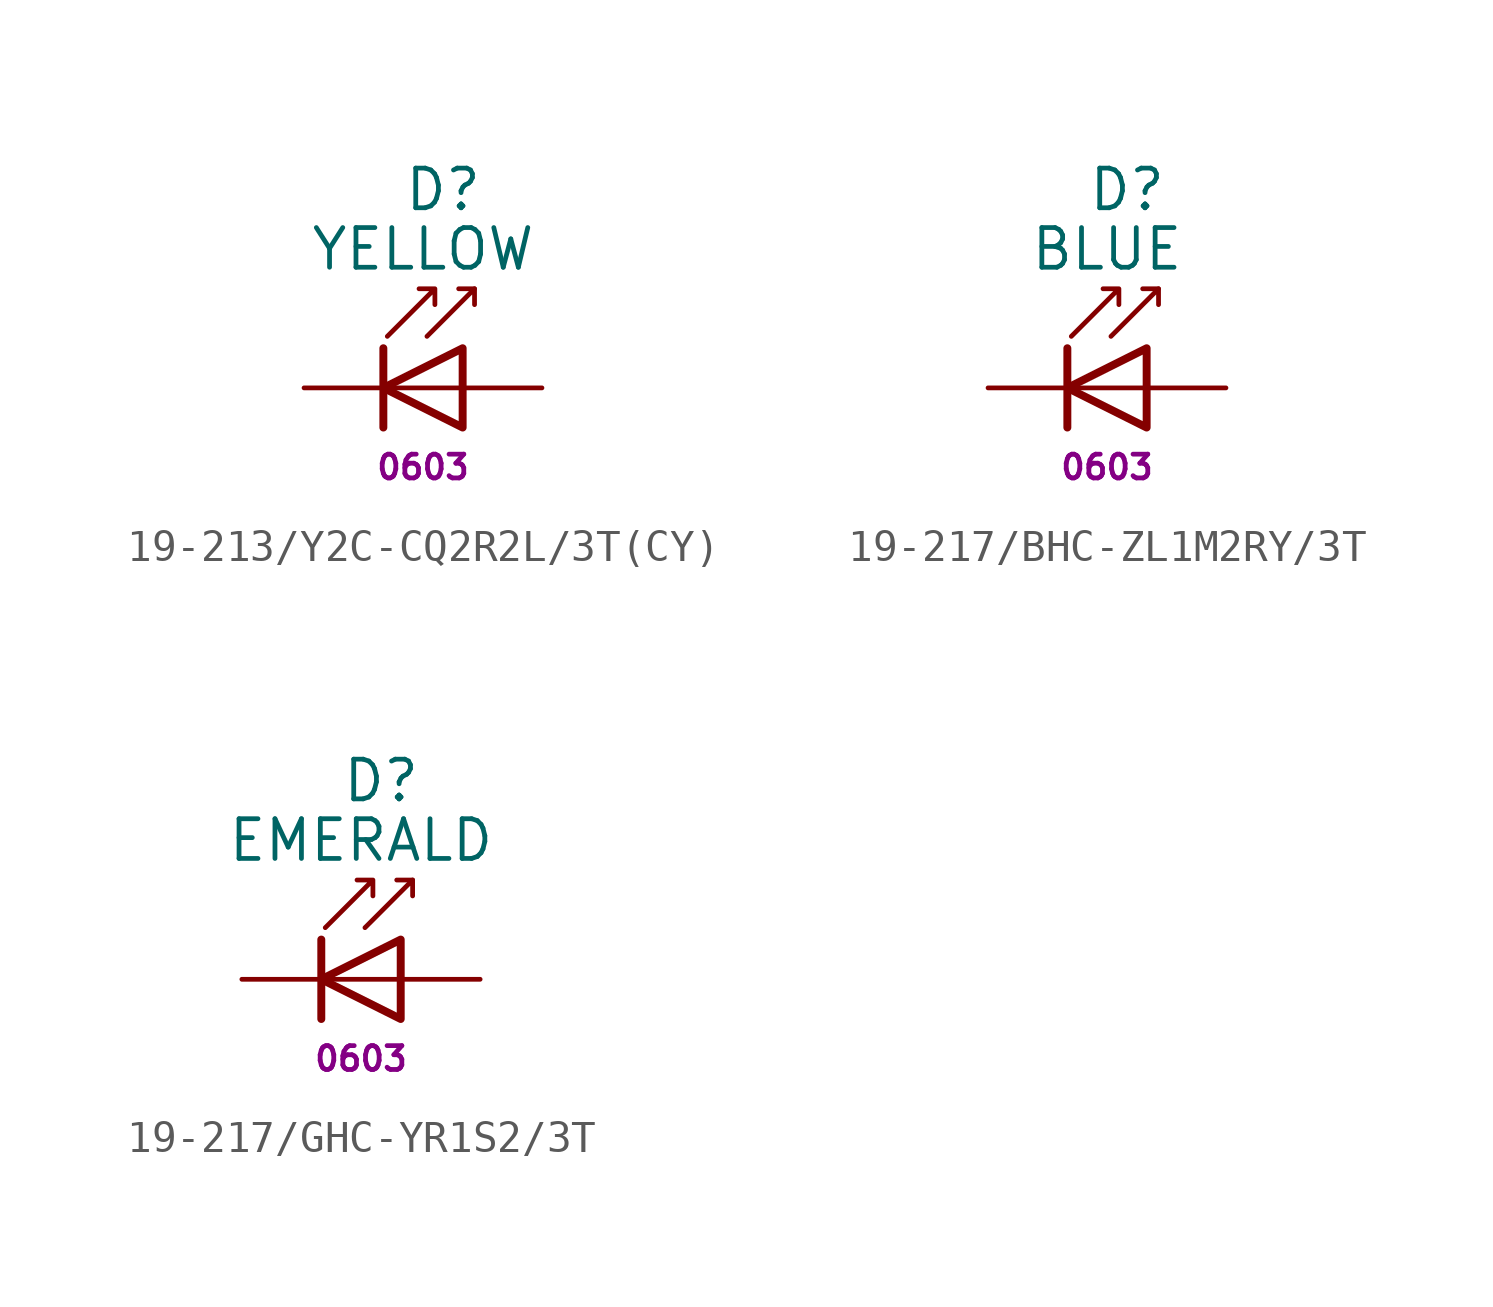
<source format=kicad_sym>
(kicad_symbol_lib
  (version 20220914)
  (generator kicad_symbol_editor)
  (symbol "19-213/Y2C-CQ2R2L/3T(CY)"
    (pin_numbers hide)
    (pin_names
      (offset 1.016) hide)
    (property "Reference" "D"
      (at -1.905 6.35 0)
      (effects (font (size 1.27 1.27)) (justify left)))
    (property "Value" "YELLOW"
      (at -1.27 4.445 0)
      (effects (font (size 1.27 1.27))))
    (property "Package" "0603"
      (at -1.27 -2.54 0)
      (effects (font (size 0.762 0.762))))
    (property "Assembly" ""
      (at 0 0 0)
      (effects (font (size 1.27 1.27))))
    (symbol "19-213/Y2C-CQ2R2L/3T(CY)_0_1"
      (polyline (pts (xy -2.54 1.27) (xy -2.54 -1.27)) (stroke (width 0.254) (type default)) (fill (type none)))
      (polyline (pts (xy 0 0) (xy -2.54 0)) (stroke (width 0) (type default)) (fill (type none)))
      (polyline (pts (xy 0.381 3.175) (xy -0.127 3.175)) (stroke (width 0) (type default)) (fill (type none)))
      (polyline (pts (xy -1.143 1.651) (xy 0.381 3.175) (xy 0.381 2.667)) (stroke (width 0) (type default)) (fill (type none)))
      (polyline (pts (xy 0 1.27) (xy 0 -1.27) (xy -2.54 0) (xy 0 1.27)) (stroke (width 0.254) (type default)) (fill (type none)))
      (polyline (pts (xy -2.413 1.651) (xy -0.889 3.175) (xy -0.889 2.667) (xy -0.889 3.175) (xy -1.397 3.175)) (stroke (width 0) (type default)) (fill (type none))))
    (symbol "19-213/Y2C-CQ2R2L/3T(CY)_1_1"
      (pin passive line (at -5.08 0 0) (length 2.54) (name "K" (effects (font (size 1.27 1.27)))) (number "1" (effects (font (size 1.27 1.27)))))
      (pin passive line (at 2.54 0 180) (length 2.54) (name "A" (effects (font (size 1.27 1.27)))) (number "2" (effects (font (size 1.27 1.27)))))))
  (symbol "19-217/BHC-ZL1M2RY/3T"
    (pin_numbers hide)
    (pin_names
      (offset 1.016) hide)
    (property "Reference" "D"
      (at -1.905 6.35 0)
      (effects (font (size 1.27 1.27)) (justify left)))
    (property "Value" "BLUE"
      (at -1.27 4.445 0)
      (effects (font (size 1.27 1.27))))
    (property "Package" "0603"
      (at -1.27 -2.54 0)
      (effects (font (size 0.762 0.762))))
    (property "Assembly" ""
      (at 0 0 0)
      (effects (font (size 1.27 1.27))))
    (symbol "19-217/BHC-ZL1M2RY/3T_0_1"
      (polyline (pts (xy -2.54 1.27) (xy -2.54 -1.27)) (stroke (width 0.254) (type default)) (fill (type none)))
      (polyline (pts (xy 0 0) (xy -2.54 0)) (stroke (width 0) (type default)) (fill (type none)))
      (polyline (pts (xy 0.381 3.175) (xy -0.127 3.175)) (stroke (width 0) (type default)) (fill (type none)))
      (polyline (pts (xy -1.143 1.651) (xy 0.381 3.175) (xy 0.381 2.667)) (stroke (width 0) (type default)) (fill (type none)))
      (polyline (pts (xy 0 1.27) (xy 0 -1.27) (xy -2.54 0) (xy 0 1.27)) (stroke (width 0.254) (type default)) (fill (type none)))
      (polyline (pts (xy -2.413 1.651) (xy -0.889 3.175) (xy -0.889 2.667) (xy -0.889 3.175) (xy -1.397 3.175)) (stroke (width 0) (type default)) (fill (type none))))
    (symbol "19-217/BHC-ZL1M2RY/3T_1_1"
      (pin passive line (at -5.08 0 0) (length 2.54) (name "K" (effects (font (size 1.27 1.27)))) (number "1" (effects (font (size 1.27 1.27)))))
      (pin passive line (at 2.54 0 180) (length 2.54) (name "A" (effects (font (size 1.27 1.27)))) (number "2" (effects (font (size 1.27 1.27)))))))
  (symbol "19-217/GHC-YR1S2/3T"
    (pin_numbers hide)
    (pin_names
      (offset 1.016) hide)
    (property "Reference" "D"
      (at -1.905 6.35 0)
      (effects (font (size 1.27 1.27)) (justify left)))
    (property "Value" "EMERALD"
      (at -1.27 4.445 0)
      (effects (font (size 1.27 1.27))))
    (property "Package" "0603"
      (at -1.27 -2.54 0)
      (effects (font (size 0.762 0.762))))
    (property "Assembly" ""
      (at 0 0 0)
      (effects (font (size 1.27 1.27))))
    (symbol "19-217/GHC-YR1S2/3T_0_1"
      (polyline (pts (xy -2.54 1.27) (xy -2.54 -1.27)) (stroke (width 0.254) (type default)) (fill (type none)))
      (polyline (pts (xy 0 0) (xy -2.54 0)) (stroke (width 0) (type default)) (fill (type none)))
      (polyline (pts (xy 0.381 3.175) (xy -0.127 3.175)) (stroke (width 0) (type default)) (fill (type none)))
      (polyline (pts (xy -1.143 1.651) (xy 0.381 3.175) (xy 0.381 2.667)) (stroke (width 0) (type default)) (fill (type none)))
      (polyline (pts (xy 0 1.27) (xy 0 -1.27) (xy -2.54 0) (xy 0 1.27)) (stroke (width 0.254) (type default)) (fill (type none)))
      (polyline (pts (xy -2.413 1.651) (xy -0.889 3.175) (xy -0.889 2.667) (xy -0.889 3.175) (xy -1.397 3.175)) (stroke (width 0) (type default)) (fill (type none))))
    (symbol "19-217/GHC-YR1S2/3T_1_1"
      (pin passive line (at -5.08 0 0) (length 2.54) (name "K" (effects (font (size 1.27 1.27)))) (number "1" (effects (font (size 1.27 1.27)))))
      (pin passive line (at 2.54 0 180) (length 2.54) (name "A" (effects (font (size 1.27 1.27)))) (number "2" (effects (font (size 1.27 1.27))))))))
</source>
